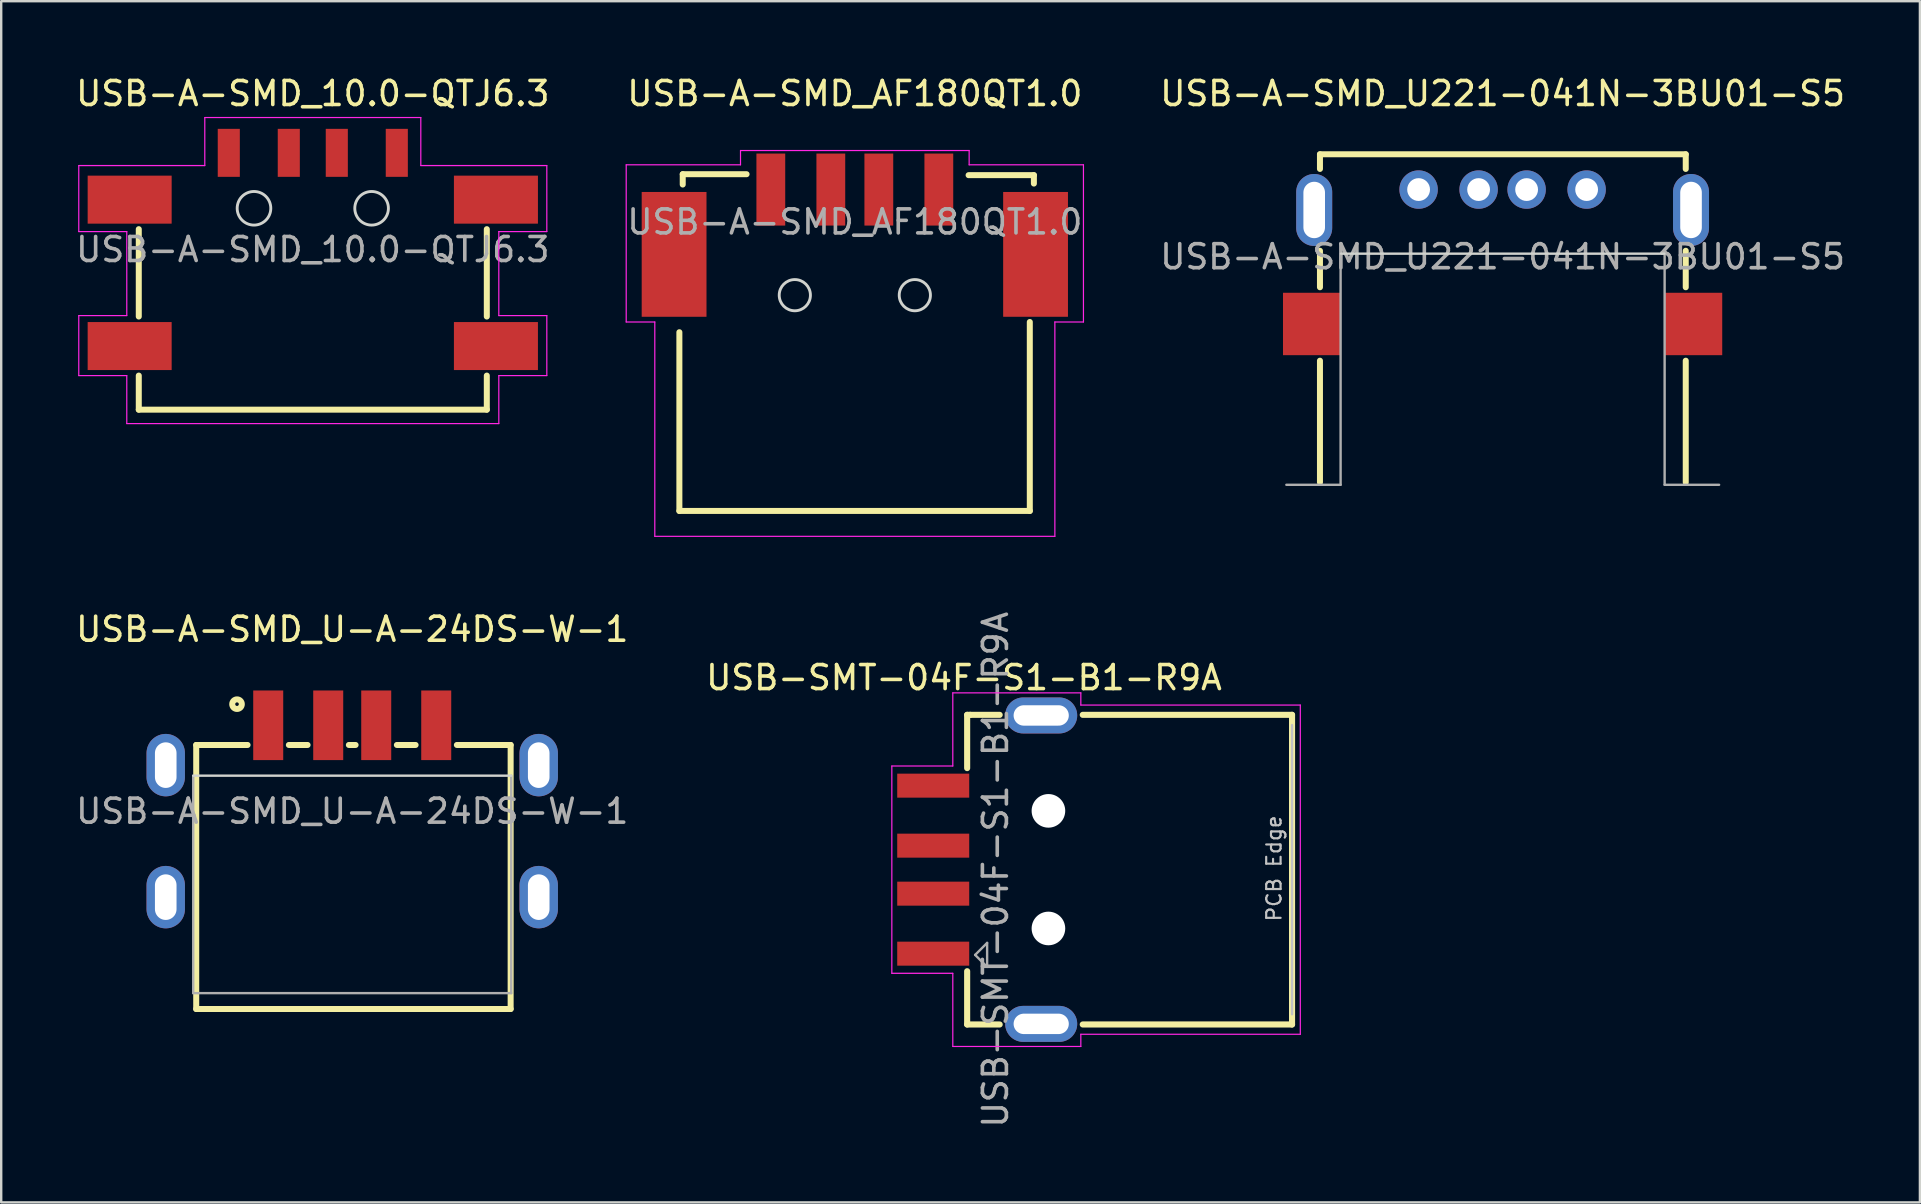
<source format=kicad_pcb>
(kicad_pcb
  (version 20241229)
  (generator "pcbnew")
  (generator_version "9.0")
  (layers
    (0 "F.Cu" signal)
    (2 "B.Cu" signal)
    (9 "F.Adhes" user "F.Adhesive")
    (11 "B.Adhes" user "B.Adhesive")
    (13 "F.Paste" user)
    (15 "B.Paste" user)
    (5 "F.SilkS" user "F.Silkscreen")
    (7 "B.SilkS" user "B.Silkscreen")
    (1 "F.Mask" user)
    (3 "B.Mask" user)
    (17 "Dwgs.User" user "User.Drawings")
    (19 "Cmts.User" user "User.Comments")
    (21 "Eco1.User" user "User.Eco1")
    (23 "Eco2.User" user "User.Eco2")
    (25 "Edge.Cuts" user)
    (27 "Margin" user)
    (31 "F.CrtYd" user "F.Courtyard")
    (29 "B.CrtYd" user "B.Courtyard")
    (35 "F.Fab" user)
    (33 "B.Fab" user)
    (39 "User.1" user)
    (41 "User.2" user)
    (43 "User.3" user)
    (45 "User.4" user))
  (footprint "USB-SMT-04F-S1-B1-R9A"
    (layer "F.Cu")
    (at 44.013 33.183)
    (property "Reference" "USB-SMT-04F-S1-B1-R9A" (at -6.9 -8 0) (layer "F.SilkS") (effects (font (size 1 1) (thickness 0.15))))
    (attr smd)
    (fp_line (start -6.768 -4.231) (end -6.768 -6.45) (stroke (width 0.254) (type solid)) (layer "F.SilkS"))
    (fp_line (start -6.768 6.45) (end -6.768 4.231) (stroke (width 0.254) (type solid)) (layer "F.SilkS"))
    (fp_line (start -6.641 -6.45) (end -6.768 -6.45) (stroke (width 0.254) (type solid)) (layer "F.SilkS"))
    (fp_line (start -5.413 -6.45) (end -6.641 -6.45) (stroke (width 0.254) (type solid)) (layer "F.SilkS"))
    (fp_line (start -5.413 6.45) (end -6.768 6.45) (stroke (width 0.254) (type solid)) (layer "F.SilkS"))
    (fp_line (start 6.768 -6.45) (end -1.952 -6.45) (stroke (width 0.254) (type solid)) (layer "F.SilkS"))
    (fp_line (start 6.768 6.45) (end -1.952 6.45) (stroke (width 0.254) (type solid)) (layer "F.SilkS"))
    (fp_line (start 6.768 6.45) (end 6.768 -6.45) (stroke (width 0.254) (type solid)) (layer "F.SilkS"))
    (fp_line (start 6.768 6.025) (end 6.768 -6.025) (stroke (width 0.1) (type solid)) (layer "Dwgs.User"))
    (fp_line (start -9.906 -4.318) (end -7.366 -4.318) (stroke (width 0.05) (type solid)) (layer "F.CrtYd"))
    (fp_line (start -9.906 4.318) (end -9.906 -4.318) (stroke (width 0.05) (type solid)) (layer "F.CrtYd"))
    (fp_line (start -9.906 4.318) (end -7.366 4.318) (stroke (width 0.05) (type solid)) (layer "F.CrtYd"))
    (fp_line (start -7.366 -7.366) (end -7.366 -4.318) (stroke (width 0.05) (type solid)) (layer "F.CrtYd"))
    (fp_line (start -7.366 -7.366) (end -2.032 -7.366) (stroke (width 0.05) (type solid)) (layer "F.CrtYd"))
    (fp_line (start -7.366 4.318) (end -7.366 7.366) (stroke (width 0.05) (type solid)) (layer "F.CrtYd"))
    (fp_line (start -7.366 7.366) (end -2.032 7.366) (stroke (width 0.05) (type solid)) (layer "F.CrtYd"))
    (fp_line (start -2.032 -6.858) (end -2.032 -7.366) (stroke (width 0.05) (type solid)) (layer "F.CrtYd"))
    (fp_line (start -2.032 -6.858) (end 7.112 -6.858) (stroke (width 0.05) (type solid)) (layer "F.CrtYd"))
    (fp_line (start -2.032 6.858) (end 7.112 6.858) (stroke (width 0.05) (type solid)) (layer "F.CrtYd"))
    (fp_line (start -2.032 7.366) (end -2.032 6.858) (stroke (width 0.05) (type solid)) (layer "F.CrtYd"))
    (fp_line (start 7.112 6.858) (end 7.112 -6.858) (stroke (width 0.05) (type solid)) (layer "F.CrtYd"))
    (fp_line (start -6.436 3.552) (end -5.936 3.052) (stroke (width 0.1) (type solid)) (layer "F.Fab"))
    (fp_line (start -6.436 3.552) (end -5.936 4.052) (stroke (width 0.1) (type solid)) (layer "F.Fab"))
    (fp_line (start -5.936 3.052) (end -5.936 4.002) (stroke (width 0.1) (type solid)) (layer "F.Fab"))
    (fp_text user "PCB Edge" (at 6.018 -0.05 90) (layer "Dwgs.User") (effects (font (size 0.6 0.6) (thickness 0.09))))
    (fp_text user "${REFERENCE}" (at -5.588 0 90) (layer "F.Fab") (effects (font (size 1 1) (thickness 0.15))))
    (pad "" np_thru_hole circle (at -3.382 -2.45 90) (size 1.4 1.4) (drill 1.4) (layers "*.Cu" "*.Mask"))
    (pad "" np_thru_hole circle (at -3.382 2.45 90) (size 1.4 1.4) (drill 1.4) (layers "*.Cu" "*.Mask"))
    (pad "1" smd rect (at -8.182 3.5 90) (size 1 3) (layers "F.Cu" "F.Mask" "F.Paste"))
    (pad "2" smd rect (at -8.182 1 90) (size 1 3) (layers "F.Cu" "F.Mask" "F.Paste"))
    (pad "3" smd rect (at -8.182 -1 90) (size 1 3) (layers "F.Cu" "F.Mask" "F.Paste"))
    (pad "4" smd rect (at -8.182 -3.5 90) (size 1 3) (layers "F.Cu" "F.Mask" "F.Paste"))
    (pad "5" thru_hole oval (at -3.683 -6.425 90) (size 1.5 3) (drill oval 0.85 2.3) (layers "*.Cu" "*.Mask"))
    (pad "5" thru_hole oval (at -3.683 6.425 90) (size 1.5 3) (drill oval 0.85 2.3) (layers "*.Cu" "*.Mask")))
  (footprint "USB-A-SMD_U-A-24DS-W-1"
    (layer "F.Cu")
    (at 11.625 30.748)
    (property "Reference" "USB-A-SMD_U-A-24DS-W-1" (at 0 -7.58 0) (layer "F.SilkS") (effects (font (size 1 1) (thickness 0.15))))
    (attr smd)
    (fp_line (start -6.5 -2.76) (end -4.36 -2.76) (stroke (width 0.25) (type solid)) (layer "F.SilkS"))
    (fp_line (start -6.5 8.24) (end -6.5 -2.76) (stroke (width 0.25) (type solid)) (layer "F.SilkS"))
    (fp_line (start -2.64 -2.76) (end -1.86 -2.76) (stroke (width 0.25) (type solid)) (layer "F.SilkS"))
    (fp_line (start -0.14 -2.76) (end 0.14 -2.76) (stroke (width 0.25) (type solid)) (layer "F.SilkS"))
    (fp_line (start 1.86 -2.76) (end 2.64 -2.76) (stroke (width 0.25) (type solid)) (layer "F.SilkS"))
    (fp_line (start 4.36 -2.76) (end 6.6 -2.76) (stroke (width 0.25) (type solid)) (layer "F.SilkS"))
    (fp_line (start 6.6 -2.76) (end 6.6 8.24) (stroke (width 0.25) (type solid)) (layer "F.SilkS"))
    (fp_line (start 6.6 8.24) (end -6.5 8.24) (stroke (width 0.25) (type solid)) (layer "F.SilkS"))
    (fp_circle (center -4.8 -4.46) (end -4.6 -4.46) (stroke (width 0.25) (type solid)) (fill no) (layer "F.SilkS"))
    (fp_line (start 6.625 -1.48) (end -6.625 -1.48) (stroke (width 0.1) (type solid)) (layer "Edge.Cuts"))
    (fp_line (start -6.625 -1.48) (end -6.625 7.58) (stroke (width 0.1) (type solid)) (layer "F.Fab"))
    (fp_line (start 6.625 -1.48) (end 6.625 7.58) (stroke (width 0.1) (type solid)) (layer "F.Fab"))
    (fp_line (start 6.625 7.58) (end -6.625 7.58) (stroke (width 0.1) (type solid)) (layer "F.Fab"))
    (fp_text user "${REFERENCE}" (at 0 0 180) (layer "F.Fab") (effects (font (size 1 1) (thickness 0.15))))
    (pad "1" smd rect (at -3.5 -3.58) (size 1.25 2.9) (layers "F.Cu" "F.Mask" "F.Paste"))
    (pad "2" smd rect (at -1 -3.58) (size 1.25 2.9) (layers "F.Cu" "F.Mask" "F.Paste"))
    (pad "3" smd rect (at 1 -3.58) (size 1.25 2.9) (layers "F.Cu" "F.Mask" "F.Paste"))
    (pad "4" smd rect (at 3.5 -3.58) (size 1.25 2.9) (layers "F.Cu" "F.Mask" "F.Paste"))
    (pad "5" thru_hole oval (at -7.77 -1.92) (size 1.6 2.6) (drill oval 0.9 1.9) (layers "*.Cu" "*.Mask"))
    (pad "5" thru_hole oval (at -7.77 3.58) (size 1.6 2.6) (drill oval 0.9 1.9) (layers "*.Cu" "*.Mask"))
    (pad "5" thru_hole oval (at 7.77 -1.92) (size 1.6 2.6) (drill oval 0.9 1.9) (layers "*.Cu" "*.Mask"))
    (pad "5" thru_hole oval (at 7.77 3.58) (size 1.6 2.6) (drill oval 0.9 1.9) (layers "*.Cu" "*.Mask")))
  (footprint "USB-A-SMD_U221-041N-3BU01-S5"
    (layer "F.Cu")
    (at 59.554 7.648)
    (property "Reference" "USB-A-SMD_U221-041N-3BU01-S5" (at 0 -6.8 0) (layer "F.SilkS") (effects (font (size 1 1) (thickness 0.15))))
    (attr smd)
    (fp_line (start -7.61 -4.27) (end 7.63 -4.27) (stroke (width 0.25) (type solid)) (layer "F.SilkS"))
    (fp_line (start -7.61 -3.66) (end -7.61 -4.27) (stroke (width 0.25) (type solid)) (layer "F.SilkS"))
    (fp_line (start -7.61 -0.25) (end -7.61 1.27) (stroke (width 0.25) (type solid)) (layer "F.SilkS"))
    (fp_line (start -7.61 4.33) (end -7.61 9.4) (stroke (width 0.25) (type solid)) (layer "F.SilkS"))
    (fp_line (start 7.63 -4.27) (end 7.63 -3.66) (stroke (width 0.25) (type solid)) (layer "F.SilkS"))
    (fp_line (start 7.63 -0.25) (end 7.63 1.27) (stroke (width 0.25) (type solid)) (layer "F.SilkS"))
    (fp_line (start 7.63 4.33) (end 7.63 9.4) (stroke (width 0.25) (type solid)) (layer "F.SilkS"))
    (fp_line (start -6.73 -0.13) (end 6.74 -0.13) (stroke (width 0.1) (type solid)) (layer "Edge.Cuts"))
    (fp_line (start -9.01 9.5) (end -6.75 9.5) (stroke (width 0.1) (type solid)) (layer "F.Fab"))
    (fp_line (start -6.75 9.5) (end -6.75 -0.13) (stroke (width 0.1) (type solid)) (layer "F.Fab"))
    (fp_line (start 6.75 -0.13) (end 6.75 9.5) (stroke (width 0.1) (type solid)) (layer "F.Fab"))
    (fp_line (start 6.75 9.5) (end 9.02 9.5) (stroke (width 0.1) (type solid)) (layer "F.Fab"))
    (fp_circle (center -3.5 -2.8) (end -3.31 -2.8) (stroke (width 0.38) (type solid)) (fill no) (layer "F.Fab"))
    (fp_circle (center -1 -2.8) (end -0.81 -2.8) (stroke (width 0.38) (type solid)) (fill no) (layer "F.Fab"))
    (fp_circle (center 1 -2.8) (end 1.19 -2.8) (stroke (width 0.38) (type solid)) (fill no) (layer "F.Fab"))
    (fp_circle (center 3.5 -2.8) (end 3.69 -2.8) (stroke (width 0.38) (type solid)) (fill no) (layer "F.Fab"))
    (fp_text user "${REFERENCE}" (at 0 0 0) (layer "F.Fab") (effects (font (size 1 1) (thickness 0.15))))
    (pad "1" thru_hole circle (at 3.5 -2.8) (size 1.6 1.6) (drill 0.95) (layers "*.Cu" "*.Mask"))
    (pad "2" thru_hole circle (at 1 -2.8) (size 1.6 1.6) (drill 0.95) (layers "*.Cu" "*.Mask"))
    (pad "3" thru_hole circle (at -1 -2.8) (size 1.6 1.6) (drill 0.95) (layers "*.Cu" "*.Mask"))
    (pad "4" thru_hole circle (at -3.5 -2.8) (size 1.6 1.6) (drill 0.95) (layers "*.Cu" "*.Mask"))
    (pad "5" thru_hole oval (at -7.85 -1.95) (size 1.5 3) (drill oval 0.9 2.35) (layers "*.Cu" "*.Mask"))
    (pad "6" thru_hole oval (at 7.85 -1.95) (size 1.5 3) (drill oval 0.9 2.35) (layers "*.Cu" "*.Mask"))
    (pad "7" smd rect (at -7.95 2.8) (size 2.4 2.6) (layers "F.Cu" "F.Mask" "F.Paste"))
    (pad "8" smd rect (at 7.95 2.8) (size 2.4 2.6) (layers "F.Cu" "F.Mask" "F.Paste")))
  (footprint "USB-A-SMD_AF180QT1.0"
    (layer "F.Cu")
    (at 32.565 6.198)
    (property "Reference" "USB-A-SMD_AF180QT1.0" (at 0 -5.35 0) (layer "F.SilkS") (effects (font (size 1 1) (thickness 0.15))))
    (attr smd)
    (fp_line (start -7.31 4.593) (end -7.31 12.04) (stroke (width 0.25) (type solid)) (layer "F.SilkS"))
    (fp_line (start -7.31 12.04) (end 7.29 12.04) (stroke (width 0.25) (type solid)) (layer "F.SilkS"))
    (fp_line (start -7.17 -1.99) (end -4.51 -1.99) (stroke (width 0.25) (type solid)) (layer "F.SilkS"))
    (fp_line (start -7.17 -1.56) (end -7.17 -1.99) (stroke (width 0.25) (type solid)) (layer "F.SilkS"))
    (fp_line (start 4.74 -1.95) (end 7.46 -1.95) (stroke (width 0.25) (type solid)) (layer "F.SilkS"))
    (fp_line (start 7.29 12.04) (end 7.29 4.167) (stroke (width 0.25) (type solid)) (layer "F.SilkS"))
    (fp_line (start 7.46 -1.95) (end 7.46 -1.6) (stroke (width 0.25) (type solid)) (layer "F.SilkS"))
    (fp_circle (center -2.5 3.05) (end -1.85 3.05) (stroke (width 0.12) (type default)) (fill no) (layer "Edge.Cuts"))
    (fp_circle (center 2.5 3.05) (end 3.15 3.05) (stroke (width 0.12) (type default)) (fill no) (layer "Edge.Cuts"))
    (fp_line (start -9.525 -2.381) (end -9.525 4.167) (stroke (width 0.05) (type solid)) (layer "F.CrtYd"))
    (fp_line (start -9.525 -2.381) (end -4.763 -2.381) (stroke (width 0.05) (type solid)) (layer "F.CrtYd"))
    (fp_line (start -8.334 4.167) (end -9.525 4.167) (stroke (width 0.05) (type solid)) (layer "F.CrtYd"))
    (fp_line (start -8.334 4.167) (end -8.334 13.097) (stroke (width 0.05) (type solid)) (layer "F.CrtYd"))
    (fp_line (start -8.334 13.097) (end 8.334 13.097) (stroke (width 0.05) (type solid)) (layer "F.CrtYd"))
    (fp_line (start -4.763 -2.381) (end -4.763 -2.977) (stroke (width 0.05) (type solid)) (layer "F.CrtYd"))
    (fp_line (start 4.763 -2.977) (end -4.763 -2.977) (stroke (width 0.05) (type solid)) (layer "F.CrtYd"))
    (fp_line (start 4.763 -2.381) (end 4.763 -2.977) (stroke (width 0.05) (type solid)) (layer "F.CrtYd"))
    (fp_line (start 4.763 -2.381) (end 9.525 -2.381) (stroke (width 0.05) (type solid)) (layer "F.CrtYd"))
    (fp_line (start 8.334 4.167) (end 8.334 13.097) (stroke (width 0.05) (type solid)) (layer "F.CrtYd"))
    (fp_line (start 8.334 4.167) (end 9.525 4.167) (stroke (width 0.05) (type solid)) (layer "F.CrtYd"))
    (fp_line (start 9.525 -2.381) (end 9.525 4.167) (stroke (width 0.05) (type solid)) (layer "F.CrtYd"))
    (fp_text user "${REFERENCE}" (at 0 0 0) (layer "F.Fab") (effects (font (size 1 1) (thickness 0.15))))
    (pad "1" smd rect (at -3.5 -1.35) (size 1.2 3) (layers "F.Cu" "F.Mask" "F.Paste"))
    (pad "2" smd rect (at -1 -1.35) (size 1.2 3) (layers "F.Cu" "F.Mask" "F.Paste"))
    (pad "3" smd rect (at 1 -1.35) (size 1.2 3) (layers "F.Cu" "F.Mask" "F.Paste"))
    (pad "4" smd rect (at 3.5 -1.35) (size 1.2 3) (layers "F.Cu" "F.Mask" "F.Paste"))
    (pad "5" smd rect (at -7.53 1.35) (size 2.7 5.2) (layers "F.Cu" "F.Mask" "F.Paste"))
    (pad "5" smd rect (at 7.53 1.35) (size 2.7 5.2) (layers "F.Cu" "F.Mask" "F.Paste")))
  (footprint "USB-A-SMD_10.0-QTJ6.3"
    (layer "F.Cu")
    (at 9.982 7.348)
    (property "Reference" "USB-A-SMD_10.0-QTJ6.3" (at 0 -6.5 0) (layer "F.SilkS") (effects (font (size 1 1) (thickness 0.15))))
    (attr smd)
    (fp_line (start -7.25 2.79) (end -7.25 -0.85) (stroke (width 0.25) (type solid)) (layer "F.SilkS"))
    (fp_line (start -7.25 6.67) (end -7.25 5.25) (stroke (width 0.25) (type solid)) (layer "F.SilkS"))
    (fp_line (start -7.25 6.67) (end 7.25 6.67) (stroke (width 0.25) (type solid)) (layer "F.SilkS"))
    (fp_line (start 7.25 2.79) (end 7.25 -0.85) (stroke (width 0.25) (type solid)) (layer "F.SilkS"))
    (fp_line (start 7.25 6.67) (end 7.25 5.25) (stroke (width 0.25) (type solid)) (layer "F.SilkS"))
    (fp_circle (center -2.45 -1.72) (end -1.75 -1.72) (stroke (width 0.12) (type default)) (fill no) (layer "Edge.Cuts"))
    (fp_circle (center 2.45 -1.72) (end 3.15 -1.72) (stroke (width 0.12) (type default)) (fill no) (layer "Edge.Cuts"))
    (fp_line (start -9.75 -3.5) (end -9.75 -0.75) (stroke (width 0.05) (type solid)) (layer "F.CrtYd"))
    (fp_line (start -9.75 2.75) (end -9.75 5.25) (stroke (width 0.05) (type solid)) (layer "F.CrtYd"))
    (fp_line (start -7.75 -0.75) (end -9.75 -0.75) (stroke (width 0.05) (type solid)) (layer "F.CrtYd"))
    (fp_line (start -7.75 -0.75) (end -7.75 2.75) (stroke (width 0.05) (type solid)) (layer "F.CrtYd"))
    (fp_line (start -7.75 2.75) (end -9.75 2.75) (stroke (width 0.05) (type solid)) (layer "F.CrtYd"))
    (fp_line (start -7.75 5.25) (end -9.75 5.25) (stroke (width 0.05) (type solid)) (layer "F.CrtYd"))
    (fp_line (start -7.75 5.25) (end -7.75 7.25) (stroke (width 0.05) (type solid)) (layer "F.CrtYd"))
    (fp_line (start -7.75 7.25) (end 7.75 7.25) (stroke (width 0.05) (type solid)) (layer "F.CrtYd"))
    (fp_line (start -4.5 -5.5) (end -4.5 -3.5) (stroke (width 0.05) (type solid)) (layer "F.CrtYd"))
    (fp_line (start -4.5 -3.5) (end -9.75 -3.5) (stroke (width 0.05) (type solid)) (layer "F.CrtYd"))
    (fp_line (start 4.5 -5.5) (end -4.5 -5.5) (stroke (width 0.05) (type solid)) (layer "F.CrtYd"))
    (fp_line (start 4.5 -5.5) (end 4.5 -3.5) (stroke (width 0.05) (type solid)) (layer "F.CrtYd"))
    (fp_line (start 7.75 -0.75) (end 7.75 2.75) (stroke (width 0.05) (type solid)) (layer "F.CrtYd"))
    (fp_line (start 7.75 -0.75) (end 9.75 -0.75) (stroke (width 0.05) (type solid)) (layer "F.CrtYd"))
    (fp_line (start 7.75 2.75) (end 9.75 2.75) (stroke (width 0.05) (type solid)) (layer "F.CrtYd"))
    (fp_line (start 7.75 5.25) (end 7.75 7.25) (stroke (width 0.05) (type solid)) (layer "F.CrtYd"))
    (fp_line (start 7.75 5.25) (end 9.75 5.25) (stroke (width 0.05) (type solid)) (layer "F.CrtYd"))
    (fp_line (start 9.75 -3.5) (end 4.5 -3.5) (stroke (width 0.05) (type solid)) (layer "F.CrtYd"))
    (fp_line (start 9.75 -3.5) (end 9.75 -0.75) (stroke (width 0.05) (type solid)) (layer "F.CrtYd"))
    (fp_line (start 9.75 2.75) (end 9.75 5.25) (stroke (width 0.05) (type solid)) (layer "F.CrtYd"))
    (fp_text user "${REFERENCE}" (at 0 0 0) (layer "F.Fab") (effects (font (size 1 1) (thickness 0.15))))
    (pad "1" smd rect (at -3.5 -4.03) (size 0.92 2) (layers "F.Cu" "F.Mask" "F.Paste"))
    (pad "2" smd rect (at -1 -4.03) (size 0.92 2) (layers "F.Cu" "F.Mask" "F.Paste"))
    (pad "3" smd rect (at 1 -4.03) (size 0.92 2) (layers "F.Cu" "F.Mask" "F.Paste"))
    (pad "4" smd rect (at 3.5 -4.03) (size 0.92 2) (layers "F.Cu" "F.Mask" "F.Paste"))
    (pad "5" smd rect (at -7.63 -2.08 180) (size 3.5 2) (layers "F.Cu" "F.Mask" "F.Paste"))
    (pad "5" smd rect (at -7.63 4.02 180) (size 3.5 2) (layers "F.Cu" "F.Mask" "F.Paste"))
    (pad "5" smd rect (at 7.63 -2.08 180) (size 3.5 2) (layers "F.Cu" "F.Mask" "F.Paste"))
    (pad "5" smd rect (at 7.63 4.02 180) (size 3.5 2) (layers "F.Cu" "F.Mask" "F.Paste")))
  (gr_rect
    (start -3 -3)
    (end 76.94 47.046)
    (stroke (width 0.1) (type default))
    (fill no)
    (layer "Edge.Cuts")))
</source>
